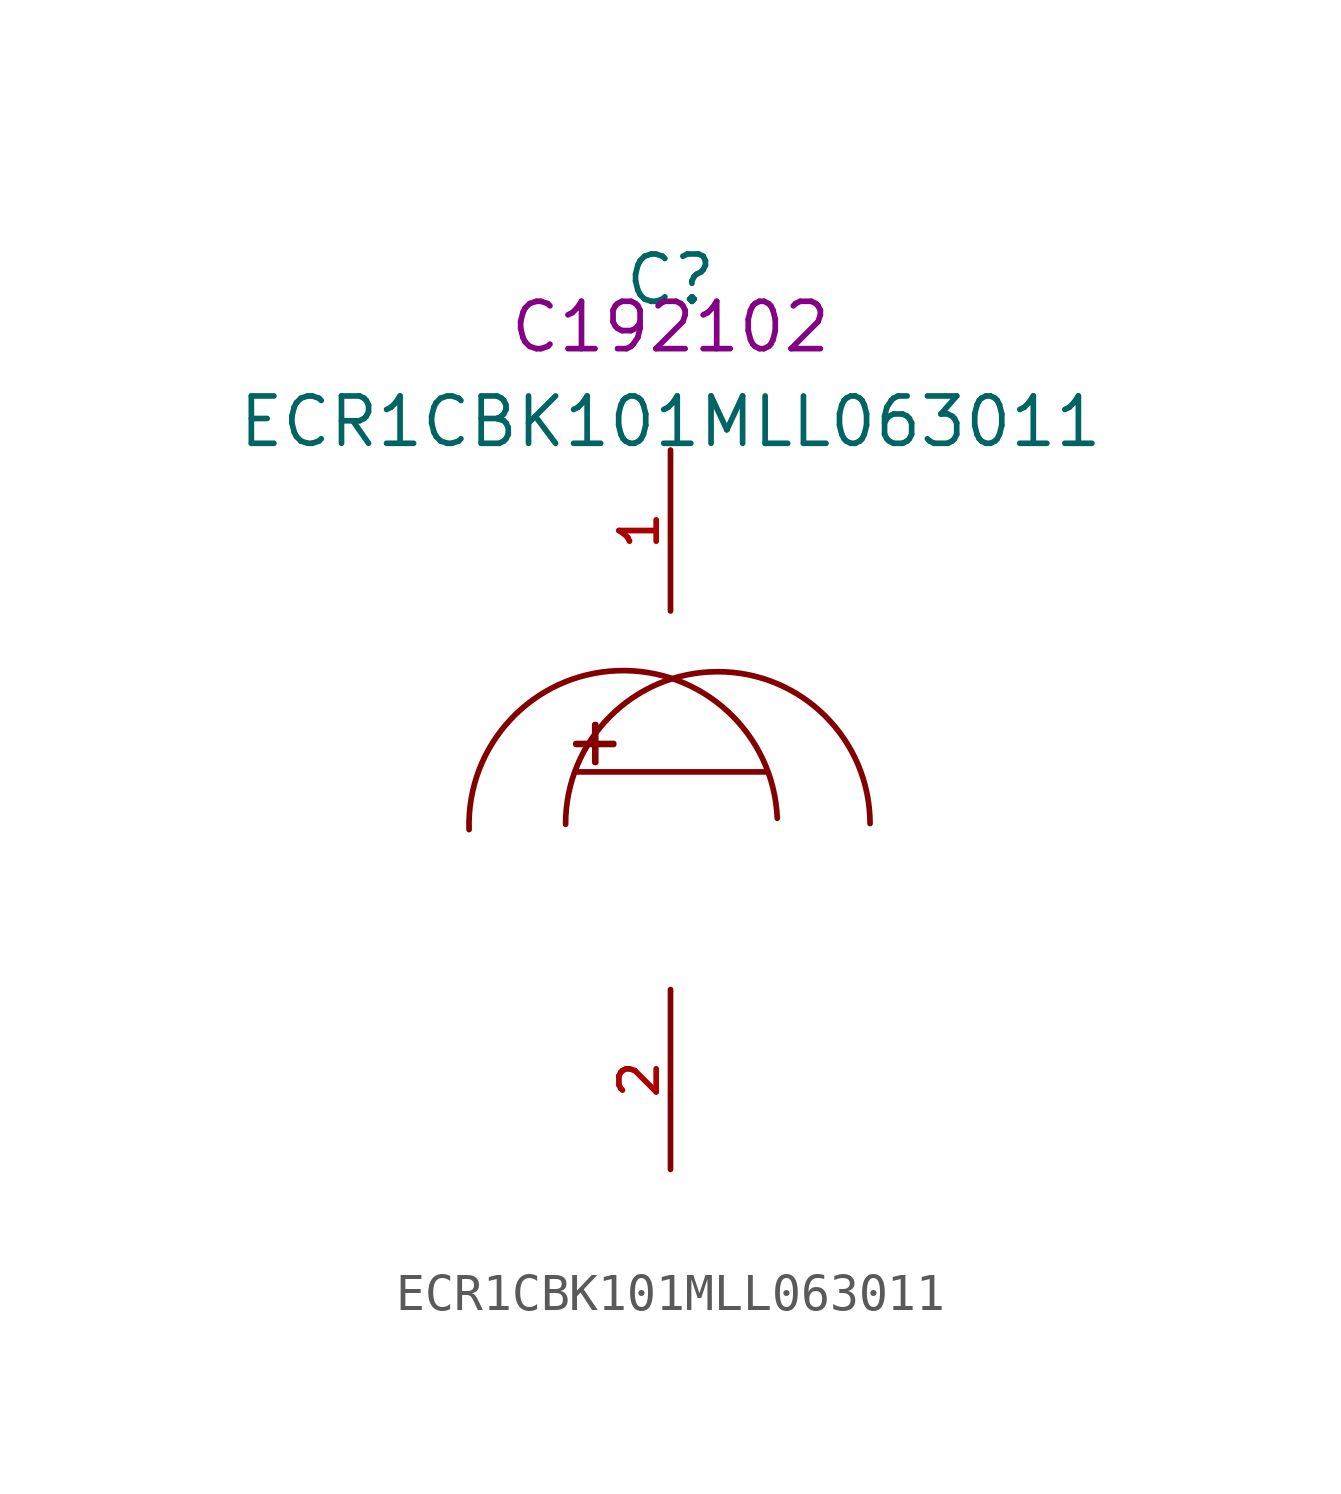
<source format=kicad_sym>
(kicad_symbol_lib
  (version 20210201)
  (generator TousstNicolas/JLC2KiCad_lib)
  (symbol "ECR1CBK101MLL063011"
    (pin_names hide)
    (property "Reference" "C"
      (at 0 1.27 0)
      (effects (font (size 1.27 1.27))))
    (property "Value" "ECR1CBK101MLL063011"
      (at 0 -2.54 0)
      (effects (font (size 1.27 1.27))))
    (property "LCSC" "C192102"
      (at 0 0 0)
      (effects (font (size 1.27 1.27))))
    (symbol "ECR1CBK101MLL063011_0_0"
      (pin unspecified line (at 0.0 -7.62 90) (length 4.318) (name "1" (effects (font (size 1 1)))) (number "1" (effects (font (size 1 1)))))
      (pin unspecified line (at 0.0 -17.78 270) (length 4.826) (name "2" (effects (font (size 1 1)))) (number "2" (effects (font (size 1 1)))))
      (polyline (pts (xy -2.54 -11.938) (xy 2.54 -11.938)) (stroke (width 0) (type default) (color 0 0 0 0)) (fill (type none)))
      (arc (start 5.355220345204572 -13.324283934021082) (mid 1.2592839340210986 -9.249779654795432) (end -2.8152203452045512 -13.34571606597892) (stroke (width 0) (type default) (color 0 0 0 0)) (fill (type none)))
      (arc (start 2.86530566076695 -13.183174978162171) (mid -1.4218250218378188 -9.199694339233062) (end -5.405305660766942 -13.486825021837817) (stroke (width 0) (type default) (color 0 0 0 0)) (fill (type none)))
      (rectangle (start -2.54 -11.176) (end -1.524 -11.201) (stroke (width 0) (type default) (color 0 0 0 0)) (fill (type background)))
      (rectangle (start -2.032 -10.668) (end -2.007 -11.684) (stroke (width 0) (type default) (color 0 0 0 0)) (fill (type background))))))
</source>
